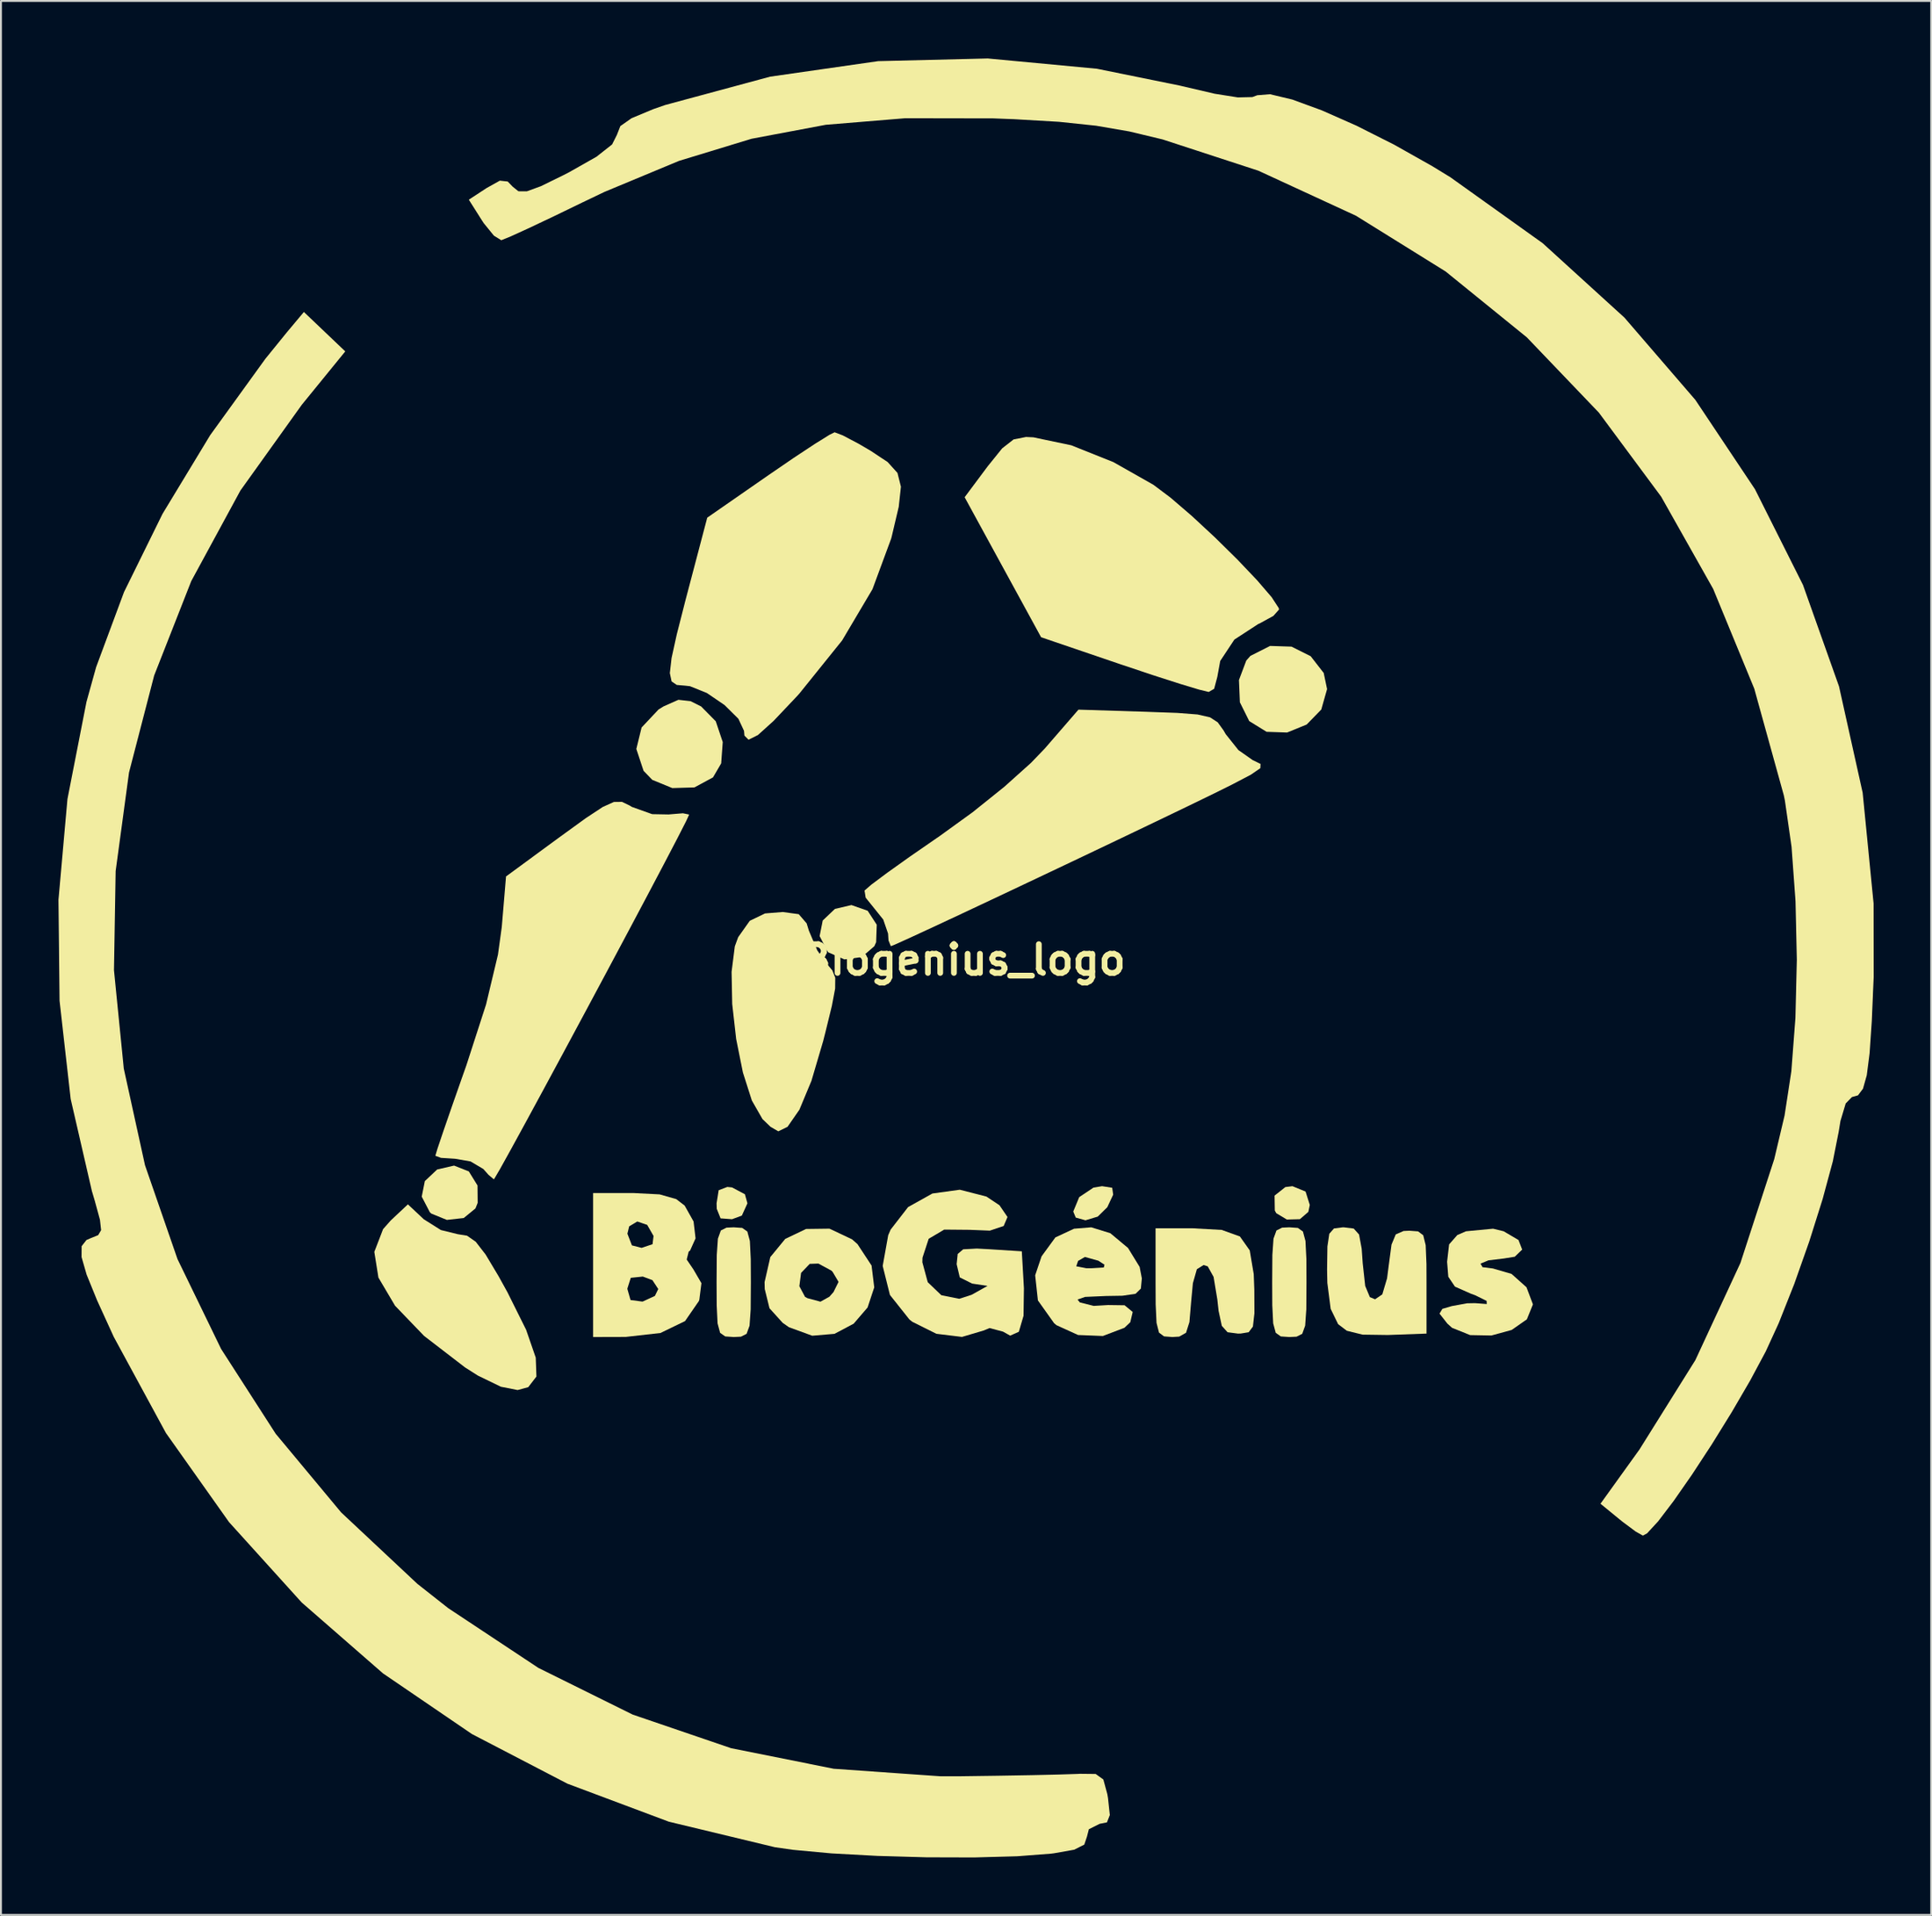
<source format=kicad_pcb>
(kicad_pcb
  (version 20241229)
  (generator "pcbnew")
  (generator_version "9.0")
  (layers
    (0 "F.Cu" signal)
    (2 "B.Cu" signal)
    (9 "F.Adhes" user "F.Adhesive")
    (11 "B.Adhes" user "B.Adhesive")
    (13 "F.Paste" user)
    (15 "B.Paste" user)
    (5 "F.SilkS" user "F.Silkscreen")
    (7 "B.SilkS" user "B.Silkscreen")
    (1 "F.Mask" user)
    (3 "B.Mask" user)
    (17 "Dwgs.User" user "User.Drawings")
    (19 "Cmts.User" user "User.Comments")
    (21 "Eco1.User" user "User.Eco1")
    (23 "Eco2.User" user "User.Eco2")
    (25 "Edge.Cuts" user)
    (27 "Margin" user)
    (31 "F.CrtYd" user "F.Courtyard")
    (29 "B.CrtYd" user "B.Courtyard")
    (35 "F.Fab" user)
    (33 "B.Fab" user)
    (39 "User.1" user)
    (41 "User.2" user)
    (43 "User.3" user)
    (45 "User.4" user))
  (footprint "Biogenius_logo"
    (layer "F.Cu")
    (at 47.201 47.035)
    (property "Reference" "Biogenius_logo" (at 0 0 0) (layer "F.SilkS") (effects (font (size 1.5 1.5) (thickness 0.3))))
    (attr board_only exclude_from_pos_files exclude_from_bom)
    (fp_poly (pts (xy -12.074 11.87) (xy -11.401 12.226) (xy -11.269 12.7) (xy -11.561 13.34) (xy -12.074 13.53) (xy -12.67 13.485) (xy -12.87 12.986) (xy -12.879 12.7) (xy -12.769 12.016) (xy -12.319 11.846)) (stroke (width 0) (type solid)) (fill yes) (layer "F.SilkS"))
    (fp_poly (pts (xy 7.756 11.889) (xy 7.805 12.25) (xy 7.5 12.902) (xy 7.001 13.393) (xy 6.361 13.586) (xy 5.854 13.444) (xy 5.724 13.129) (xy 6.034 12.378) (xy 6.776 11.881) (xy 7.226 11.806)) (stroke (width 0) (type solid)) (fill yes) (layer "F.SilkS"))
    (fp_poly (pts (xy 17.84 12.086) (xy 18.06 12.786) (xy 17.984 13.147) (xy 17.543 13.528) (xy 16.863 13.546) (xy 16.311 13.215) (xy 16.235 13.075) (xy 16.223 12.298) (xy 16.785 11.853) (xy 17.155 11.806)) (stroke (width 0) (type solid)) (fill yes) (layer "F.SilkS"))
    (fp_poly (pts (xy -25.8 11.035) (xy -25.347 11.769) (xy -25.338 12.675) (xy -25.455 12.968) (xy -26.065 13.467) (xy -26.946 13.566) (xy -27.756 13.235) (xy -27.833 13.165) (xy -28.256 12.351) (xy -28.094 11.541) (xy -27.453 10.936) (xy -26.569 10.732)) (stroke (width 0) (type solid)) (fill yes) (layer "F.SilkS"))
    (fp_poly (pts (xy -4.999 -2.565) (xy -4.525 -1.837) (xy -4.557 -0.925) (xy -4.651 -0.715) (xy -5.305 -0.148) (xy -6.214 -0.027) (xy -7.043 -0.391) (xy -7.083 -0.429) (xy -7.504 -1.243) (xy -7.343 -2.056) (xy -6.705 -2.662) (xy -5.844 -2.862)) (stroke (width 0) (type solid)) (fill yes) (layer "F.SilkS"))
    (fp_poly (pts (xy 17.105 -16.346) (xy 18.106 -15.846) (xy 18.786 -14.972) (xy 18.961 -14.131) (xy 18.66 -13.065) (xy 17.897 -12.281) (xy 16.877 -11.865) (xy 15.806 -11.902) (xy 14.902 -12.46) (xy 14.414 -13.442) (xy 14.365 -14.603) (xy 14.748 -15.62) (xy 14.964 -15.864) (xy 15.989 -16.382)) (stroke (width 0) (type solid)) (fill yes) (layer "F.SilkS"))
    (fp_poly (pts (xy -14.234 -13.5) (xy -13.684 -13.225) (xy -12.921 -12.451) (xy -12.557 -11.367) (xy -12.638 -10.255) (xy -13.064 -9.525) (xy -14.034 -9) (xy -15.188 -8.966) (xy -16.232 -9.395) (xy -16.686 -9.866) (xy -17.064 -11.008) (xy -16.789 -12.126) (xy -15.908 -13.064) (xy -15.647 -13.226) (xy -14.87 -13.572)) (stroke (width 0) (type solid)) (fill yes) (layer "F.SilkS"))
    (fp_poly (pts (xy -11.541 13.983) (xy -11.275 14.171) (xy -11.142 14.665) (xy -11.096 15.608) (xy -11.09 16.814) (xy -11.1 18.234) (xy -11.159 19.083) (xy -11.313 19.51) (xy -11.608 19.659) (xy -11.985 19.676) (xy -12.428 19.646) (xy -12.694 19.457) (xy -12.827 18.964) (xy -12.873 18.02) (xy -12.879 16.814) (xy -12.869 15.395) (xy -12.81 14.545) (xy -12.656 14.118) (xy -12.361 13.969) (xy -11.985 13.952)) (stroke (width 0) (type solid)) (fill yes) (layer "F.SilkS"))
    (fp_poly (pts (xy 17.437 13.983) (xy 17.702 14.171) (xy 17.835 14.665) (xy 17.882 15.608) (xy 17.887 16.814) (xy 17.878 18.234) (xy 17.819 19.083) (xy 17.665 19.51) (xy 17.37 19.659) (xy 16.993 19.676) (xy 16.549 19.646) (xy 16.284 19.457) (xy 16.151 18.964) (xy 16.104 18.02) (xy 16.099 16.814) (xy 16.108 15.395) (xy 16.167 14.545) (xy 16.321 14.118) (xy 16.616 13.969) (xy 16.993 13.952)) (stroke (width 0) (type solid)) (fill yes) (layer "F.SilkS"))
    (fp_poly (pts (xy -28.149 13.532) (xy -27.256 14.095) (xy -26.379 14.31) (xy -25.892 14.389) (xy -25.44 14.705) (xy -24.924 15.372) (xy -24.247 16.505) (xy -23.784 17.343) (xy -22.812 19.297) (xy -22.31 20.75) (xy -22.274 21.737) (xy -22.701 22.293) (xy -23.254 22.443) (xy -24.128 22.27) (xy -25.327 21.688) (xy -25.996 21.263) (xy -28.135 19.617) (xy -29.646 18.045) (xy -30.515 16.575) (xy -30.728 15.232) (xy -30.271 14.045) (xy -29.872 13.594) (xy -28.977 12.754)) (stroke (width 0) (type solid)) (fill yes) (layer "F.SilkS"))
    (fp_poly (pts (xy -8.593 -2.386) (xy -8.181 -1.907) (xy -8.062 -1.52) (xy -7.625 -0.494) (xy -7.145 0.185) (xy -6.841 0.547) (xy -6.689 0.93) (xy -6.694 1.494) (xy -6.865 2.395) (xy -7.206 3.79) (xy -7.32 4.237) (xy -7.93 6.306) (xy -8.558 7.814) (xy -9.177 8.707) (xy -9.659 8.944) (xy -10.064 8.708) (xy -10.484 8.305) (xy -11.039 7.335) (xy -11.506 5.871) (xy -11.857 4.123) (xy -12.063 2.304) (xy -12.096 0.624) (xy -11.928 -0.705) (xy -11.752 -1.186) (xy -11.147 -2.041) (xy -10.351 -2.425) (xy -9.43 -2.499)) (stroke (width 0) (type solid)) (fill yes) (layer "F.SilkS"))
    (fp_poly (pts (xy 13.466 14.088) (xy 14.415 14.429) (xy 14.928 15.156) (xy 15.137 16.399) (xy 15.166 17.205) (xy 15.171 18.443) (xy 15.094 19.13) (xy 14.873 19.426) (xy 14.448 19.496) (xy 14.31 19.497) (xy 13.77 19.426) (xy 13.471 19.092) (xy 13.304 18.313) (xy 13.237 17.708) (xy 13.042 16.537) (xy 12.737 15.989) (xy 12.521 15.92) (xy 12.171 16.137) (xy 11.963 16.867) (xy 11.876 17.798) (xy 11.783 18.895) (xy 11.605 19.455) (xy 11.25 19.655) (xy 10.893 19.676) (xy 10.457 19.643) (xy 10.196 19.446) (xy 10.067 18.938) (xy 10.022 17.974) (xy 10.017 16.84) (xy 10.017 14.003) (xy 11.951 14.003)) (stroke (width 0) (type solid)) (fill yes) (layer "F.SilkS"))
    (fp_poly (pts (xy -5.811 14.58) (xy -5.529 14.83) (xy -4.795 15.947) (xy -4.656 17.086) (xy -5.003 18.135) (xy -5.73 18.981) (xy -6.728 19.51) (xy -7.889 19.609) (xy -9.106 19.164) (xy -9.432 18.935) (xy -10.119 18.175) (xy -10.365 17.177) (xy -10.369 17.024) (xy -8.561 17.024) (xy -8.266 17.579) (xy -8.139 17.65) (xy -7.459 17.833) (xy -6.992 17.571) (xy -6.782 17.333) (xy -6.517 16.799) (xy -6.828 16.274) (xy -6.89 16.211) (xy -7.568 15.844) (xy -8.022 15.86) (xy -8.471 16.33) (xy -8.561 17.024) (xy -10.369 17.024) (xy -10.375 16.814) (xy -10.076 15.505) (xy -9.297 14.556) (xy -8.211 14.038) (xy -6.991 14.022)) (stroke (width 0) (type solid)) (fill yes) (layer "F.SilkS"))
    (fp_poly (pts (xy 3.646 -27.267) (xy 5.622 -26.851) (xy 7.82 -25.972) (xy 9.899 -24.794) (xy 10.795 -24.121) (xy 11.905 -23.167) (xy 13.108 -22.05) (xy 14.284 -20.891) (xy 15.311 -19.81) (xy 16.07 -18.927) (xy 16.439 -18.361) (xy 16.456 -18.282) (xy 16.161 -17.949) (xy 15.442 -17.555) (xy 15.369 -17.524) (xy 14.127 -16.714) (xy 13.388 -15.597) (xy 13.237 -14.767) (xy 13.072 -14.146) (xy 12.789 -13.98) (xy 12.293 -14.102) (xy 11.269 -14.411) (xy 9.865 -14.863) (xy 8.232 -15.41) (xy 8.195 -15.422) (xy 4.047 -16.836) (xy 2.053 -20.488) (xy 0.059 -24.141) (xy 1.261 -25.754) (xy 2.017 -26.692) (xy 2.612 -27.157) (xy 3.26 -27.285)) (stroke (width 0) (type solid)) (fill yes) (layer "F.SilkS"))
    (fp_poly (pts (xy 20.352 14.017) (xy 20.63 14.329) (xy 20.766 15.067) (xy 20.82 15.83) (xy 20.95 17.01) (xy 21.192 17.593) (xy 21.465 17.708) (xy 21.842 17.45) (xy 22.09 16.616) (xy 22.18 15.92) (xy 22.322 14.855) (xy 22.543 14.323) (xy 22.95 14.145) (xy 23.254 14.131) (xy 23.708 14.164) (xy 23.975 14.365) (xy 24.104 14.884) (xy 24.145 15.872) (xy 24.148 16.814) (xy 24.148 19.497) (xy 22.132 19.571) (xy 20.813 19.552) (xy 19.991 19.349) (xy 19.538 19.006) (xy 19.149 18.206) (xy 18.975 16.853) (xy 18.961 16.16) (xy 18.979 14.949) (xy 19.078 14.288) (xy 19.322 14.011) (xy 19.779 13.952) (xy 19.836 13.952)) (stroke (width 0) (type solid)) (fill yes) (layer "F.SilkS"))
    (fp_poly (pts (xy 28.173 14.16) (xy 28.944 14.614) (xy 29.137 15.114) (xy 28.75 15.487) (xy 28.186 15.578) (xy 27.377 15.675) (xy 26.964 15.847) (xy 27.069 16.032) (xy 27.61 16.099) (xy 28.582 16.383) (xy 29.362 17.08) (xy 29.693 17.959) (xy 29.693 17.985) (xy 29.381 18.754) (xy 28.589 19.307) (xy 27.531 19.597) (xy 26.423 19.576) (xy 25.48 19.196) (xy 25.236 18.977) (xy 24.826 18.455) (xy 24.974 18.207) (xy 25.472 18.061) (xy 26.268 17.916) (xy 26.675 17.908) (xy 27.289 17.955) (xy 27.283 17.792) (xy 26.69 17.498) (xy 26.473 17.42) (xy 25.631 17.047) (xy 25.284 16.532) (xy 25.221 15.749) (xy 25.326 14.843) (xy 25.754 14.355) (xy 26.205 14.16) (xy 27.62 14.024)) (stroke (width 0) (type solid)) (fill yes) (layer "F.SilkS"))
    (fp_poly (pts (xy -6.297 -27.368) (xy -5.478 -26.936) (xy -4.844 -26.565) (xy -3.957 -25.977) (xy -3.444 -25.409) (xy -3.264 -24.689) (xy -3.378 -23.643) (xy -3.743 -22.096) (xy -3.771 -21.987) (xy -4.748 -19.343) (xy -6.332 -16.667) (xy -8.566 -13.891) (xy -8.707 -13.736) (xy -9.907 -12.469) (xy -10.723 -11.732) (xy -11.211 -11.489) (xy -11.426 -11.704) (xy -11.448 -11.953) (xy -11.741 -12.582) (xy -12.464 -13.299) (xy -13.384 -13.926) (xy -14.267 -14.282) (xy -14.516 -14.31) (xy -14.957 -14.348) (xy -15.225 -14.532) (xy -15.316 -14.965) (xy -15.226 -15.751) (xy -14.952 -16.994) (xy -14.492 -18.799) (xy -14.355 -19.318) (xy -13.366 -23.075) (xy -10.171 -25.294) (xy -8.851 -26.198) (xy -7.747 -26.927) (xy -6.99 -27.398) (xy -6.722 -27.53)) (stroke (width 0) (type solid)) (fill yes) (layer "F.SilkS"))
    (fp_poly (pts (xy 7.66 14.261) (xy 8.579 15.029) (xy 9.186 16.019) (xy 9.301 16.619) (xy 9.249 17.15) (xy 8.972 17.421) (xy 8.291 17.521) (xy 7.423 17.535) (xy 6.34 17.583) (xy 5.948 17.721) (xy 6.065 17.869) (xy 6.791 18.052) (xy 7.542 18.007) (xy 8.401 18.019) (xy 8.824 18.369) (xy 8.698 18.904) (xy 8.393 19.194) (xy 7.268 19.623) (xy 5.974 19.571) (xy 4.848 19.058) (xy 4.722 18.951) (xy 3.88 17.766) (xy 3.737 16.457) (xy 3.896 15.985) (xy 5.88 15.985) (xy 6.405 16.086) (xy 6.636 16.088) (xy 7.315 16.049) (xy 7.353 15.903) (xy 7.031 15.693) (xy 6.331 15.499) (xy 5.976 15.704) (xy 5.88 15.985) (xy 3.896 15.985) (xy 4.072 15.465) (xy 4.792 14.478) (xy 5.766 14.025) (xy 6.664 13.952)) (stroke (width 0) (type solid)) (fill yes) (layer "F.SilkS"))
    (fp_poly (pts (xy -17.407 -8.052) (xy -17.306 -7.987) (xy -16.238 -7.605) (xy -15.384 -7.589) (xy -14.634 -7.651) (xy -14.31 -7.584) (xy -14.31 -7.58) (xy -14.471 -7.231) (xy -14.92 -6.351) (xy -15.607 -5.035) (xy -16.481 -3.377) (xy -17.492 -1.471) (xy -18.59 0.589) (xy -19.724 2.709) (xy -20.844 4.795) (xy -21.899 6.751) (xy -22.839 8.485) (xy -23.614 9.903) (xy -24.172 10.909) (xy -24.465 11.409) (xy -24.495 11.448) (xy -24.775 11.212) (xy -25.042 10.911) (xy -25.71 10.514) (xy -26.517 10.375) (xy -27.252 10.328) (xy -27.546 10.219) (xy -27.433 9.843) (xy -27.123 8.922) (xy -26.66 7.583) (xy -26.089 5.955) (xy -25.926 5.495) (xy -24.902 2.329) (xy -24.279 -0.28) (xy -24.082 -1.714) (xy -23.859 -4.356) (xy -21.006 -6.449) (xy -19.694 -7.4) (xy -18.816 -7.979) (xy -18.234 -8.242) (xy -17.81 -8.247)) (stroke (width 0) (type solid)) (fill yes) (layer "F.SilkS"))
    (fp_poly (pts (xy 1.196 12.348) (xy 1.877 12.802) (xy 2.294 13.414) (xy 2.095 13.882) (xy 1.374 14.126) (xy 0.318 14.083) (xy -1.005 14.071) (xy -1.816 14.55) (xy -2.139 15.537) (xy -2.146 15.776) (xy -1.866 16.814) (xy -1.159 17.493) (xy -0.222 17.681) (xy 0.423 17.473) (xy 1.252 17.009) (xy 0.447 16.887) (xy -0.194 16.565) (xy -0.358 15.875) (xy -0.303 15.342) (xy -0.015 15.099) (xy 0.694 15.06) (xy 1.342 15.095) (xy 3.041 15.204) (xy 3.151 17.133) (xy 3.131 18.566) (xy 2.886 19.402) (xy 2.435 19.604) (xy 2.06 19.395) (xy 1.357 19.208) (xy 1.061 19.333) (xy -0.079 19.671) (xy -1.413 19.508) (xy -2.667 18.883) (xy -2.822 18.76) (xy -3.837 17.481) (xy -4.215 15.967) (xy -3.926 14.361) (xy -3.8 14.071) (xy -2.89 12.896) (xy -1.621 12.188) (xy -0.193 11.99)) (stroke (width 0) (type solid)) (fill yes) (layer "F.SilkS"))
    (fp_poly (pts (xy 9.532 -12.946) (xy 11.151 -12.888) (xy 12.208 -12.806) (xy 12.859 -12.656) (xy 13.257 -12.397) (xy 13.557 -11.983) (xy 13.677 -11.777) (xy 14.338 -10.948) (xy 15.087 -10.422) (xy 15.099 -10.418) (xy 15.492 -10.225) (xy 15.481 -10.004) (xy 14.983 -9.662) (xy 13.984 -9.139) (xy 13.061 -8.681) (xy 11.699 -8.019) (xy 10.001 -7.202) (xy 8.068 -6.277) (xy 5.999 -5.291) (xy 3.897 -4.294) (xy 1.861 -3.331) (xy -0.006 -2.452) (xy -1.605 -1.705) (xy -2.834 -1.136) (xy -3.592 -0.794) (xy -3.79 -0.715) (xy -3.911 -1.014) (xy -3.935 -1.376) (xy -4.186 -2.106) (xy -4.642 -2.675) (xy -5.103 -3.247) (xy -5.162 -3.619) (xy -4.809 -3.926) (xy -3.982 -4.544) (xy -2.8 -5.387) (xy -1.384 -6.366) (xy -1.248 -6.459) (xy 0.473 -7.704) (xy 2.127 -9.032) (xy 3.513 -10.275) (xy 4.237 -11.027) (xy 5.995 -13.058)) (stroke (width 0) (type solid)) (fill yes) (layer "F.SilkS"))
    (fp_poly (pts (xy -15.849 12.234) (xy -14.984 12.479) (xy -14.544 12.818) (xy -14.078 13.648) (xy -13.975 14.529) (xy -14.261 15.166) (xy -14.333 15.219) (xy -14.437 15.633) (xy -14.089 16.145) (xy -13.668 16.868) (xy -13.778 17.728) (xy -13.803 17.801) (xy -14.523 18.845) (xy -15.806 19.466) (xy -17.619 19.671) (xy -19.318 19.676) (xy -19.318 17.172) (xy -17.53 17.172) (xy -17.366 17.746) (xy -16.758 17.827) (xy -16.725 17.823) (xy -16.095 17.53) (xy -15.92 17.172) (xy -16.224 16.709) (xy -16.725 16.521) (xy -17.353 16.587) (xy -17.529 17.14) (xy -17.53 17.172) (xy -19.318 17.172) (xy -19.318 15.92) (xy -19.318 14.284) (xy -17.53 14.284) (xy -17.294 14.895) (xy -16.788 15.025) (xy -16.218 14.833) (xy -16.166 14.403) (xy -16.498 13.824) (xy -17.014 13.649) (xy -17.436 13.901) (xy -17.53 14.284) (xy -19.318 14.284) (xy -19.318 12.163) (xy -17.227 12.163)) (stroke (width 0) (type solid)) (fill yes) (layer "F.SilkS"))
    (fp_poly (pts (xy -33.323 -32.779) (xy -32.244 -31.75) (xy -34.512 -28.964) (xy -37.712 -24.492) (xy -40.276 -19.766) (xy -42.21 -14.842) (xy -43.522 -9.78) (xy -44.219 -4.635) (xy -44.307 0.534) (xy -43.795 5.669) (xy -42.688 10.714) (xy -40.994 15.609) (xy -38.719 20.299) (xy -35.872 24.724) (xy -32.458 28.828) (xy -28.485 32.553) (xy -26.877 33.821) (xy -22.172 36.94) (xy -17.255 39.376) (xy -12.123 41.129) (xy -6.771 42.202) (xy -1.195 42.596) (xy -0.179 42.595) (xy 1.757 42.568) (xy 3.539 42.537) (xy 4.993 42.503) (xy 5.944 42.472) (xy 6.072 42.465) (xy 6.893 42.474) (xy 7.293 42.763) (xy 7.501 43.529) (xy 7.536 43.735) (xy 7.631 44.618) (xy 7.48 45.001) (xy 7.099 45.076) (xy 6.537 45.358) (xy 6.439 45.742) (xy 6.299 46.16) (xy 5.773 46.426) (xy 4.704 46.615) (xy 4.561 46.633) (xy 2.799 46.769) (xy 0.562 46.83) (xy -1.938 46.823) (xy -4.488 46.75) (xy -6.877 46.619) (xy -8.891 46.432) (xy -9.838 46.296) (xy -15.372 44.963) (xy -20.656 42.982) (xy -25.64 40.39) (xy -30.277 37.226) (xy -34.515 33.528) (xy -38.305 29.335) (xy -41.597 24.684) (xy -44.318 19.668) (xy -45.182 17.775) (xy -45.734 16.419) (xy -45.997 15.504) (xy -45.993 14.936) (xy -45.743 14.616) (xy -45.502 14.511) (xy -45.131 14.36) (xy -44.977 14.099) (xy -45.038 13.557) (xy -45.31 12.562) (xy -45.458 12.062) (xy -46.565 7.255) (xy -47.145 2.131) (xy -47.201 -3.14) (xy -46.733 -8.393) (xy -45.742 -13.46) (xy -45.237 -15.278) (xy -43.784 -19.191) (xy -41.774 -23.275) (xy -39.288 -27.381) (xy -36.409 -31.366) (xy -35.3 -32.734) (xy -34.402 -33.807)) (stroke (width 0) (type solid)) (fill yes) (layer "F.SilkS"))
    (fp_poly (pts (xy 6.958 -46.498) (xy 11.285 -45.618) (xy 13.083 -45.197) (xy 14.309 -45.002) (xy 15.066 -45.02) (xy 15.321 -45.116) (xy 15.987 -45.169) (xy 17.146 -44.891) (xy 18.684 -44.328) (xy 20.49 -43.529) (xy 22.45 -42.541) (xy 24.45 -41.414) (xy 25.398 -40.833) (xy 30.207 -37.395) (xy 34.47 -33.513) (xy 38.167 -29.222) (xy 41.277 -24.561) (xy 43.782 -19.565) (xy 45.661 -14.273) (xy 46.895 -8.722) (xy 47.464 -2.948) (xy 47.469 0.894) (xy 47.371 3.197) (xy 47.256 4.875) (xy 47.108 6.019) (xy 46.912 6.719) (xy 46.649 7.068) (xy 46.336 7.155) (xy 46.01 7.49) (xy 45.736 8.403) (xy 45.643 8.972) (xy 45.339 10.507) (xy 44.805 12.483) (xy 44.11 14.688) (xy 43.324 16.915) (xy 42.516 18.953) (xy 41.841 20.426) (xy 41.029 21.943) (xy 40.067 23.595) (xy 39.031 25.27) (xy 37.995 26.853) (xy 37.036 28.231) (xy 36.23 29.29) (xy 35.653 29.917) (xy 35.433 30.038) (xy 35.054 29.824) (xy 34.372 29.315) (xy 34.229 29.2) (xy 33.221 28.374) (xy 35.253 25.546) (xy 38.168 20.883) (xy 40.521 15.809) (xy 42.283 10.395) (xy 42.822 8.118) (xy 43.176 5.806) (xy 43.388 3.021) (xy 43.461 -0.01) (xy 43.393 -3.061) (xy 43.186 -5.903) (xy 42.84 -8.308) (xy 42.783 -8.586) (xy 41.242 -14.151) (xy 39.099 -19.357) (xy 36.386 -24.17) (xy 33.136 -28.557) (xy 29.379 -32.484) (xy 25.146 -35.919) (xy 20.47 -38.828) (xy 15.381 -41.177) (xy 10.377 -42.812) (xy 8.64 -43.228) (xy 6.916 -43.525) (xy 4.989 -43.729) (xy 2.645 -43.866) (xy 1.559 -43.908) (xy -3.041 -43.916) (xy -7.182 -43.574) (xy -11.053 -42.845) (xy -14.839 -41.69) (xy -18.728 -40.071) (xy -19.855 -39.532) (xy -21.396 -38.785) (xy -22.708 -38.164) (xy -23.656 -37.732) (xy -24.104 -37.552) (xy -24.109 -37.551) (xy -24.492 -37.789) (xy -25.021 -38.44) (xy -25.114 -38.582) (xy -25.8 -39.666) (xy -24.871 -40.274) (xy -24.182 -40.659) (xy -23.773 -40.614) (xy -23.508 -40.341) (xy -23.214 -40.105) (xy -22.774 -40.102) (xy -22.04 -40.37) (xy -20.863 -40.947) (xy -20.57 -41.098) (xy -19.141 -41.908) (xy -18.328 -42.548) (xy -18.066 -43.069) (xy -18.066 -43.077) (xy -17.897 -43.506) (xy -17.311 -43.918) (xy -16.191 -44.385) (xy -15.562 -44.605) (xy -10.089 -46.084) (xy -4.448 -46.895) (xy 1.267 -47.035)) (stroke (width 0) (type solid)) (fill yes) (layer "F.SilkS")))
  (gr_rect
    (start -3 -3)
    (end 97.67 96.865)
    (stroke (width 0.1) (type default))
    (fill no)
    (layer "Edge.Cuts")))
</source>
